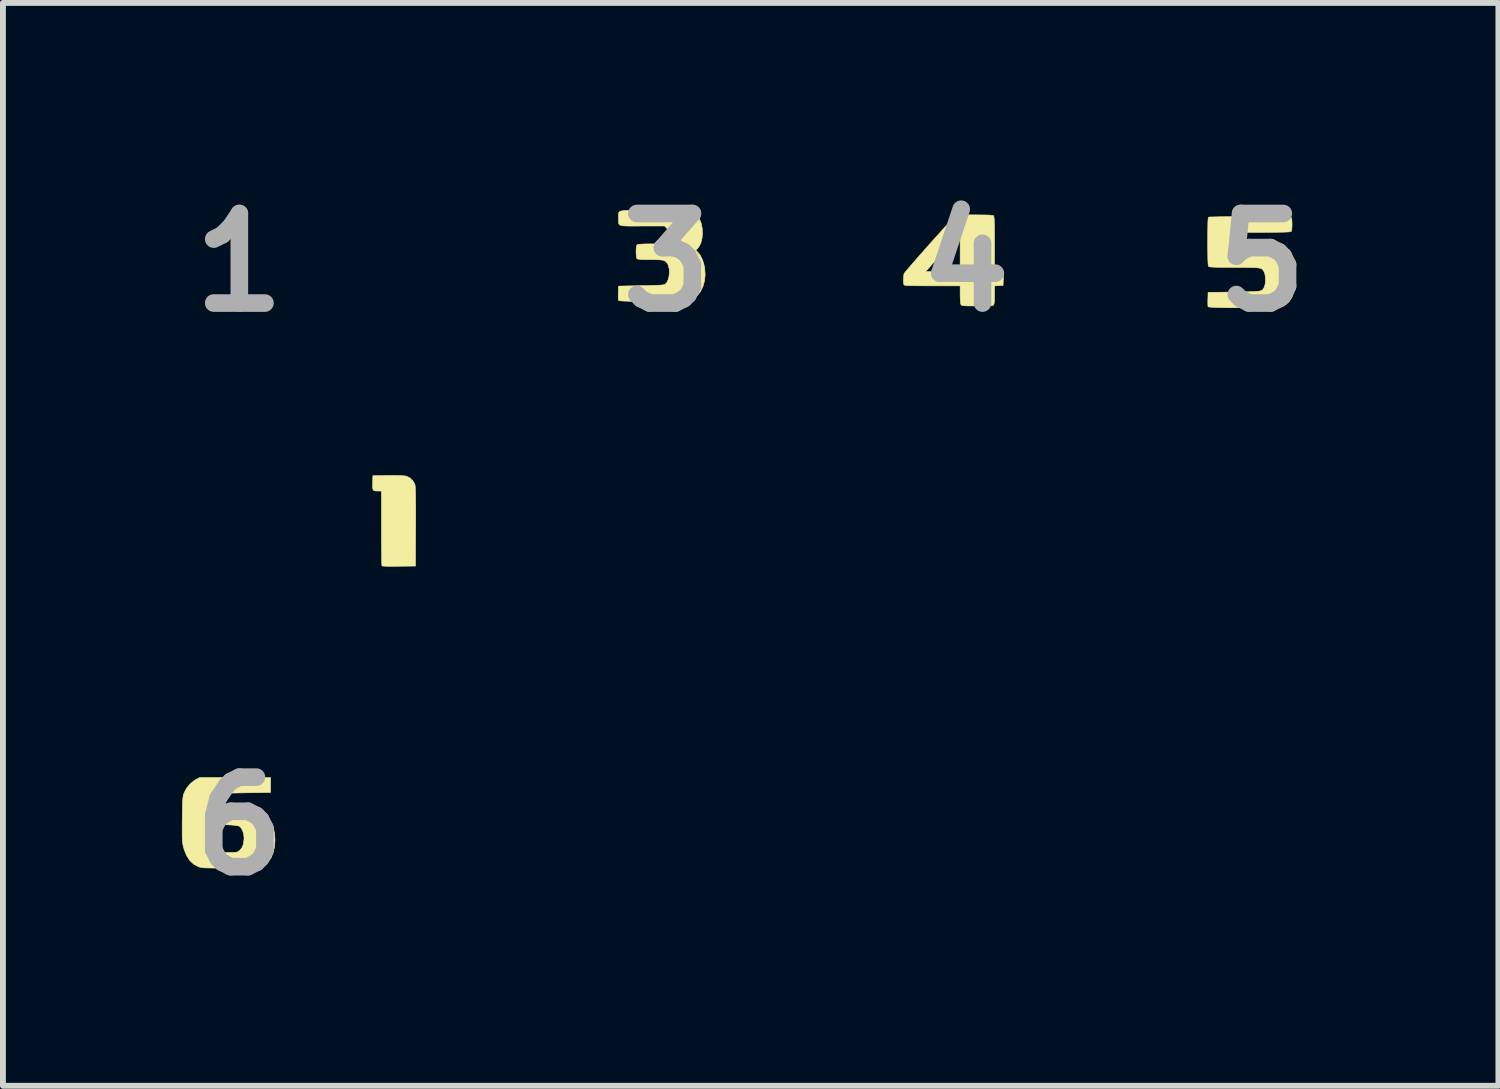
<source format=kicad_pcb>
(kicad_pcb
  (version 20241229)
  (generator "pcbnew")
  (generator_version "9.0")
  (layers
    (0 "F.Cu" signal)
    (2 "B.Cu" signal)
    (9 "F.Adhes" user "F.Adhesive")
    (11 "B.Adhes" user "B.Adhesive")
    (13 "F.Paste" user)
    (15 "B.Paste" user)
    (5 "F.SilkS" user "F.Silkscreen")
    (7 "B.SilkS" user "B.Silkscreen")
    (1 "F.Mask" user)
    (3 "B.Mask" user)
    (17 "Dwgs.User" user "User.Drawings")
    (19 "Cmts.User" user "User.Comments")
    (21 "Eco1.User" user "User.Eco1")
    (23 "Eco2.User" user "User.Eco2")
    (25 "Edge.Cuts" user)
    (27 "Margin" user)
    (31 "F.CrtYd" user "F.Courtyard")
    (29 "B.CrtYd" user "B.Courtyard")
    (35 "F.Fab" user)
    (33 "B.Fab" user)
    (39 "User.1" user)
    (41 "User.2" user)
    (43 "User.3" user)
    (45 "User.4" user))
  (footprint "1"
    (layer "F.Cu")
    (at 4.023 5.918)
    (property "Reference" "1" (at -3 -4.5 0) (layer "F.Fab") (effects (font (size 1.524 1.524) (thickness 0.3))))
    (attr through_hole)
    (fp_poly (pts (xy -0.284 -0.874) (xy -0.217 -0.872) (xy -0.172 -0.867) (xy -0.159 -0.865) (xy -0.1 -0.837) (xy -0.05 -0.791) (xy -0.016 -0.734) (xy -0.011 -0.717) (xy -0.007 -0.691) (xy -0.004 -0.643) (xy -0.002 -0.573) (xy -0.000453 -0.479) (xy 0.000429 -0.361) (xy 0.001 -0.219) (xy 0.000239 -0.053) (xy 0 0) (xy -0.003 0.665) (xy -0.284 0.668) (xy -0.365 0.669) (xy -0.439 0.669) (xy -0.5 0.668) (xy -0.544 0.666) (xy -0.569 0.664) (xy -0.572 0.663) (xy -0.574 0.649) (xy -0.576 0.612) (xy -0.577 0.555) (xy -0.578 0.479) (xy -0.58 0.388) (xy -0.58 0.284) (xy -0.581 0.169) (xy -0.581 0.046) (xy -0.581 0.022) (xy -0.581 -0.611) (xy -0.641 -0.612) (xy -0.682 -0.613) (xy -0.709 -0.619) (xy -0.724 -0.635) (xy -0.731 -0.665) (xy -0.732 -0.713) (xy -0.731 -0.752) (xy -0.727 -0.872) (xy -0.469 -0.875) (xy -0.369 -0.876) (xy -0.284 -0.874)) (stroke (width 0.01) (type solid)) (fill yes) (layer "F.SilkS")))
  (footprint "5"
    (layer "F.Cu")
    (at 18.426 1.418)
    (property "Reference" "5" (at 0 0 0) (layer "F.Fab") (effects (font (size 1.524 1.524) (thickness 0.3))))
    (attr through_hole)
    (fp_poly (pts (xy -0.041 -0.781) (xy 0.094 -0.781) (xy 0.207 -0.78) (xy 0.299 -0.779) (xy 0.371 -0.777) (xy 0.426 -0.775) (xy 0.464 -0.772) (xy 0.487 -0.769) (xy 0.497 -0.766) (xy 0.505 -0.745) (xy 0.51 -0.707) (xy 0.512 -0.659) (xy 0.511 -0.609) (xy 0.508 -0.566) (xy 0.501 -0.536) (xy 0.497 -0.53) (xy 0.485 -0.525) (xy 0.459 -0.522) (xy 0.416 -0.519) (xy 0.354 -0.517) (xy 0.273 -0.516) (xy 0.169 -0.515) (xy 0.042 -0.514) (xy 0.033 -0.514) (xy -0.415 -0.514) (xy -0.415 -0.161) (xy -0.05 -0.156) (xy 0.064 -0.155) (xy 0.156 -0.153) (xy 0.228 -0.15) (xy 0.285 -0.146) (xy 0.328 -0.14) (xy 0.361 -0.131) (xy 0.388 -0.119) (xy 0.411 -0.103) (xy 0.434 -0.083) (xy 0.448 -0.069) (xy 0.5 0) (xy 0.538 0.085) (xy 0.563 0.183) (xy 0.572 0.287) (xy 0.567 0.393) (xy 0.546 0.496) (xy 0.511 0.587) (xy 0.464 0.662) (xy 0.406 0.716) (xy 0.338 0.75) (xy 0.313 0.754) (xy 0.268 0.758) (xy 0.205 0.761) (xy 0.126 0.764) (xy 0.036 0.766) (xy -0.064 0.768) (xy -0.17 0.769) (xy -0.28 0.769) (xy -0.389 0.769) (xy -0.496 0.769) (xy -0.597 0.768) (xy -0.689 0.766) (xy -0.77 0.764) (xy -0.836 0.761) (xy -0.884 0.758) (xy -0.912 0.754) (xy -0.917 0.751) (xy -0.92 0.732) (xy -0.921 0.694) (xy -0.921 0.644) (xy -0.92 0.621) (xy -0.917 0.508) (xy -0.471 0.502) (xy -0.349 0.5) (xy -0.251 0.498) (xy -0.172 0.496) (xy -0.111 0.493) (xy -0.065 0.489) (xy -0.032 0.484) (xy -0.008 0.476) (xy 0.008 0.466) (xy 0.02 0.453) (xy 0.03 0.437) (xy 0.039 0.42) (xy 0.053 0.376) (xy 0.06 0.319) (xy 0.059 0.256) (xy 0.051 0.2) (xy 0.039 0.163) (xy 0.027 0.142) (xy 0.016 0.125) (xy 0.002 0.112) (xy -0.017 0.101) (xy -0.043 0.094) (xy -0.081 0.089) (xy -0.131 0.085) (xy -0.197 0.084) (xy -0.282 0.083) (xy -0.388 0.082) (xy -0.466 0.082) (xy -0.591 0.082) (xy -0.693 0.081) (xy -0.773 0.08) (xy -0.832 0.078) (xy -0.874 0.075) (xy -0.898 0.071) (xy -0.908 0.067) (xy -0.912 0.055) (xy -0.916 0.028) (xy -0.919 -0.017) (xy -0.921 -0.08) (xy -0.922 -0.164) (xy -0.923 -0.27) (xy -0.923 -0.357) (xy -0.923 -0.471) (xy -0.922 -0.562) (xy -0.921 -0.632) (xy -0.92 -0.685) (xy -0.918 -0.723) (xy -0.915 -0.748) (xy -0.911 -0.764) (xy -0.906 -0.771) (xy -0.903 -0.773) (xy -0.887 -0.775) (xy -0.847 -0.776) (xy -0.788 -0.777) (xy -0.71 -0.779) (xy -0.616 -0.78) (xy -0.509 -0.78) (xy -0.391 -0.781) (xy -0.265 -0.781) (xy -0.2 -0.781) (xy -0.041 -0.781)) (stroke (width 0.01) (type solid)) (fill yes) (layer "F.SilkS")))
  (footprint "6"
    (layer "F.Cu")
    (at 1.023 11.01)
    (property "Reference" "6" (at 0 0 0) (layer "F.Fab") (effects (font (size 1.524 1.524) (thickness 0.3))))
    (attr through_hole)
    (fp_poly (pts (xy 0.531 -0.574) (xy 0.093 -0.568) (xy -0.01 -0.566) (xy -0.106 -0.564) (xy -0.192 -0.562) (xy -0.263 -0.559) (xy -0.318 -0.556) (xy -0.353 -0.554) (xy -0.365 -0.552) (xy -0.385 -0.534) (xy -0.406 -0.506) (xy -0.406 -0.505) (xy -0.412 -0.492) (xy -0.417 -0.475) (xy -0.421 -0.45) (xy -0.423 -0.415) (xy -0.425 -0.367) (xy -0.427 -0.303) (xy -0.427 -0.22) (xy -0.427 -0.115) (xy -0.427 -0.086) (xy -0.427 0.031) (xy -0.426 0.126) (xy -0.425 0.201) (xy -0.421 0.259) (xy -0.416 0.303) (xy -0.409 0.337) (xy -0.398 0.362) (xy -0.385 0.382) (xy -0.368 0.4) (xy -0.352 0.414) (xy -0.332 0.429) (xy -0.313 0.439) (xy -0.289 0.444) (xy -0.253 0.447) (xy -0.2 0.448) (xy -0.173 0.448) (xy -0.112 0.448) (xy -0.07 0.446) (xy -0.042 0.442) (xy -0.022 0.434) (xy -0.003 0.42) (xy 0.008 0.41) (xy 0.047 0.363) (xy 0.071 0.3) (xy 0.08 0.219) (xy 0.081 0.2) (xy 0.074 0.136) (xy 0.056 0.076) (xy 0.03 0.028) (xy 0 0) (xy -0.024 -0.007) (xy -0.066 -0.014) (xy -0.121 -0.019) (xy -0.167 -0.022) (xy -0.307 -0.028) (xy -0.307 -0.257) (xy 0.328 -0.257) (xy 0.397 -0.219) (xy 0.471 -0.164) (xy 0.53 -0.089) (xy 0.572 0.003) (xy 0.598 0.112) (xy 0.607 0.232) (xy 0.599 0.349) (xy 0.575 0.453) (xy 0.537 0.543) (xy 0.485 0.615) (xy 0.421 0.668) (xy 0.402 0.678) (xy 0.386 0.686) (xy 0.37 0.692) (xy 0.352 0.697) (xy 0.329 0.701) (xy 0.299 0.704) (xy 0.258 0.706) (xy 0.204 0.708) (xy 0.134 0.709) (xy 0.046 0.71) (xy -0.064 0.711) (xy -0.142 0.711) (xy -0.266 0.712) (xy -0.369 0.712) (xy -0.451 0.712) (xy -0.516 0.711) (xy -0.567 0.71) (xy -0.605 0.708) (xy -0.635 0.704) (xy -0.659 0.7) (xy -0.679 0.695) (xy -0.692 0.691) (xy -0.773 0.649) (xy -0.842 0.586) (xy -0.897 0.501) (xy -0.939 0.397) (xy -0.949 0.361) (xy -0.957 0.329) (xy -0.963 0.299) (xy -0.967 0.266) (xy -0.97 0.227) (xy -0.972 0.179) (xy -0.972 0.118) (xy -0.972 0.041) (xy -0.972 -0.057) (xy -0.971 -0.12) (xy -0.97 -0.229) (xy -0.968 -0.316) (xy -0.966 -0.383) (xy -0.964 -0.435) (xy -0.961 -0.475) (xy -0.957 -0.505) (xy -0.952 -0.529) (xy -0.945 -0.551) (xy -0.938 -0.57) (xy -0.894 -0.652) (xy -0.832 -0.725) (xy -0.761 -0.782) (xy -0.74 -0.794) (xy -0.675 -0.828) (xy 0.531 -0.828) (xy 0.531 -0.574)) (stroke (width 0.01) (type solid)) (fill yes) (layer "F.SilkS")))
  (footprint "4"
    (layer "F.Cu")
    (at 13.38 1.418)
    (property "Reference" "4" (at 0 0 0) (layer "F.Fab") (effects (font (size 1.524 1.524) (thickness 0.3))))
    (attr through_hole)
    (fp_poly (pts (xy 0.269 -0.81) (xy 0.351 -0.809) (xy 0.411 -0.807) (xy 0.451 -0.803) (xy 0.474 -0.799) (xy 0.479 -0.796) (xy 0.483 -0.784) (xy 0.487 -0.758) (xy 0.49 -0.715) (xy 0.492 -0.655) (xy 0.493 -0.574) (xy 0.494 -0.472) (xy 0.494 -0.347) (xy 0.494 -0.313) (xy 0.494 0.154) (xy 0.556 0.154) (xy 0.597 0.157) (xy 0.624 0.167) (xy 0.639 0.189) (xy 0.645 0.227) (xy 0.644 0.286) (xy 0.644 0.29) (xy 0.64 0.389) (xy 0.567 0.393) (xy 0.494 0.397) (xy 0.494 0.552) (xy 0.493 0.633) (xy 0.489 0.688) (xy 0.482 0.718) (xy 0.479 0.723) (xy 0.464 0.729) (xy 0.431 0.733) (xy 0.379 0.736) (xy 0.304 0.738) (xy 0.207 0.738) (xy 0.2 0.739) (xy 0.112 0.738) (xy 0.045 0.738) (xy -0.003 0.736) (xy -0.035 0.734) (xy -0.056 0.73) (xy -0.068 0.725) (xy -0.075 0.717) (xy -0.077 0.714) (xy -0.082 0.692) (xy -0.086 0.65) (xy -0.089 0.596) (xy -0.09 0.542) (xy -0.09 0.396) (xy -0.565 0.396) (xy -0.688 0.396) (xy -0.789 0.395) (xy -0.868 0.394) (xy -0.93 0.393) (xy -0.976 0.392) (xy -1.008 0.389) (xy -1.029 0.386) (xy -1.041 0.382) (xy -1.047 0.377) (xy -1.047 0.376) (xy -1.053 0.345) (xy -1.055 0.3) (xy -1.053 0.252) (xy -1.049 0.209) (xy -1.044 0.19) (xy -1.033 0.174) (xy -1.017 0.154) (xy -0.679 0.154) (xy -0.09 0.154) (xy -0.09 -0.176) (xy -0.09 -0.264) (xy -0.091 -0.344) (xy -0.091 -0.411) (xy -0.093 -0.463) (xy -0.094 -0.496) (xy -0.095 -0.506) (xy -0.105 -0.497) (xy -0.129 -0.471) (xy -0.165 -0.43) (xy -0.212 -0.377) (xy -0.268 -0.314) (xy -0.33 -0.243) (xy -0.364 -0.204) (xy -0.43 -0.129) (xy -0.491 -0.059) (xy -0.546 0.004) (xy -0.592 0.057) (xy -0.627 0.096) (xy -0.648 0.12) (xy -0.653 0.126) (xy -0.679 0.154) (xy -1.017 0.154) (xy -1.007 0.142) (xy -0.968 0.095) (xy -0.917 0.036) (xy -0.858 -0.032) (xy -0.792 -0.108) (xy -0.72 -0.189) (xy -0.646 -0.273) (xy -0.571 -0.357) (xy -0.496 -0.44) (xy -0.425 -0.519) (xy -0.359 -0.592) (xy -0.3 -0.656) (xy -0.25 -0.709) (xy -0.211 -0.75) (xy -0.185 -0.776) (xy -0.177 -0.782) (xy -0.164 -0.791) (xy -0.149 -0.798) (xy -0.13 -0.803) (xy -0.104 -0.807) (xy -0.066 -0.809) (xy -0.014 -0.81) (xy 0.057 -0.811) (xy 0.149 -0.811) (xy 0.163 -0.811) (xy 0.269 -0.81)) (stroke (width 0.01) (type solid)) (fill yes) (layer "F.SilkS")))
  (footprint "3"
    (layer "F.Cu")
    (at 8.297 1.418)
    (property "Reference" "3" (at 0 0 0) (layer "F.Fab") (effects (font (size 1.524 1.524) (thickness 0.3))))
    (attr through_hole)
    (fp_poly (pts (xy -0.501 -0.888) (xy -0.391 -0.887) (xy -0.258 -0.886) (xy -0.201 -0.886) (xy -0.058 -0.885) (xy 0.062 -0.884) (xy 0.161 -0.883) (xy 0.242 -0.881) (xy 0.307 -0.878) (xy 0.358 -0.875) (xy 0.397 -0.87) (xy 0.427 -0.863) (xy 0.45 -0.854) (xy 0.469 -0.843) (xy 0.486 -0.83) (xy 0.502 -0.813) (xy 0.517 -0.798) (xy 0.557 -0.74) (xy 0.586 -0.666) (xy 0.603 -0.582) (xy 0.607 -0.493) (xy 0.599 -0.406) (xy 0.578 -0.327) (xy 0.544 -0.263) (xy 0.532 -0.249) (xy 0.495 -0.206) (xy 0.532 -0.171) (xy 0.569 -0.123) (xy 0.603 -0.056) (xy 0.63 0.022) (xy 0.646 0.1) (xy 0.653 0.211) (xy 0.641 0.315) (xy 0.614 0.412) (xy 0.571 0.496) (xy 0.515 0.566) (xy 0.447 0.617) (xy 0.388 0.642) (xy 0.36 0.647) (xy 0.311 0.651) (xy 0.246 0.655) (xy 0.165 0.657) (xy 0.074 0.66) (xy -0.027 0.661) (xy -0.132 0.663) (xy -0.24 0.663) (xy -0.347 0.663) (xy -0.45 0.662) (xy -0.547 0.661) (xy -0.633 0.659) (xy -0.707 0.656) (xy -0.765 0.653) (xy -0.804 0.649) (xy -0.821 0.645) (xy -0.821 0.644) (xy -0.824 0.625) (xy -0.825 0.586) (xy -0.825 0.537) (xy -0.824 0.514) (xy -0.82 0.401) (xy -0.439 0.394) (xy -0.314 0.392) (xy -0.213 0.389) (xy -0.135 0.386) (xy -0.08 0.382) (xy -0.045 0.377) (xy -0.031 0.373) (xy -0.000232 0.342) (xy 0.023 0.293) (xy 0.039 0.232) (xy 0.045 0.166) (xy 0.041 0.102) (xy 0.026 0.045) (xy 0.017 0.026) (xy 0 0) (xy -0.019 -0.019) (xy -0.043 -0.033) (xy -0.078 -0.042) (xy -0.125 -0.047) (xy -0.19 -0.049) (xy -0.277 -0.05) (xy -0.281 -0.05) (xy -0.371 -0.051) (xy -0.437 -0.053) (xy -0.481 -0.057) (xy -0.504 -0.063) (xy -0.507 -0.065) (xy -0.515 -0.087) (xy -0.52 -0.129) (xy -0.522 -0.183) (xy -0.52 -0.241) (xy -0.514 -0.282) (xy -0.507 -0.301) (xy -0.49 -0.308) (xy -0.455 -0.312) (xy -0.398 -0.315) (xy -0.319 -0.317) (xy -0.264 -0.317) (xy -0.037 -0.317) (xy -0.000137 -0.354) (xy 0.021 -0.378) (xy 0.032 -0.402) (xy 0.036 -0.437) (xy 0.037 -0.469) (xy 0.036 -0.515) (xy 0.029 -0.545) (xy 0.015 -0.568) (xy -0.000137 -0.584) (xy -0.037 -0.622) (xy -0.42 -0.622) (xy -0.531 -0.621) (xy -0.62 -0.621) (xy -0.689 -0.622) (xy -0.74 -0.625) (xy -0.776 -0.631) (xy -0.8 -0.64) (xy -0.813 -0.654) (xy -0.82 -0.673) (xy -0.821 -0.699) (xy -0.821 -0.731) (xy -0.82 -0.755) (xy -0.821 -0.786) (xy -0.822 -0.812) (xy -0.821 -0.833) (xy -0.817 -0.85) (xy -0.806 -0.863) (xy -0.787 -0.873) (xy -0.759 -0.88) (xy -0.718 -0.884) (xy -0.663 -0.887) (xy -0.591 -0.888) (xy -0.501 -0.888)) (stroke (width 0.01) (type solid)) (fill yes) (layer "F.SilkS")))
  (gr_rect
    (start -3 -3)
    (end 22.45 15.428)
    (stroke (width 0.1) (type default))
    (fill no)
    (layer "Edge.Cuts")))
</source>
